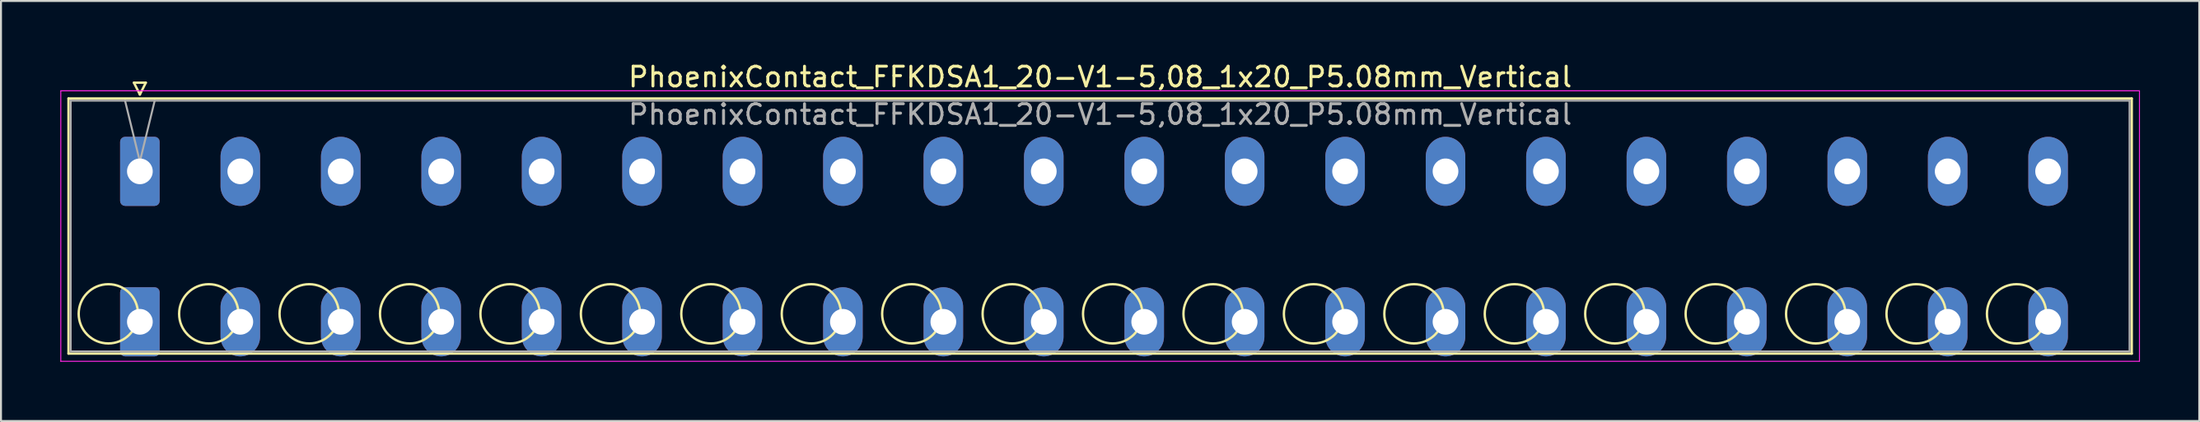
<source format=kicad_pcb>
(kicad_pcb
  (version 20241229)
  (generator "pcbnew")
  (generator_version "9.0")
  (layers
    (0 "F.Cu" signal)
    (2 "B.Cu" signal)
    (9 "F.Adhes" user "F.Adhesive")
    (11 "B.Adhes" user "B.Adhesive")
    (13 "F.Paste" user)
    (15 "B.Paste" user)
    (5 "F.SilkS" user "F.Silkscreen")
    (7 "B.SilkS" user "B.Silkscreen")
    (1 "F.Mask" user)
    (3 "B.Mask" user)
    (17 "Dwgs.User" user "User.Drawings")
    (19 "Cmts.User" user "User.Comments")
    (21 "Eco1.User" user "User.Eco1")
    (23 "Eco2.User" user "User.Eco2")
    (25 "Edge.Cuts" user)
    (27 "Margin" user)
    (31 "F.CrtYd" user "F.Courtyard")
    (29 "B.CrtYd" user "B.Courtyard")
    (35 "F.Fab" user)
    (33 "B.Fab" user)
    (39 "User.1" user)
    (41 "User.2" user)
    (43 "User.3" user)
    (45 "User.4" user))
  (footprint "PhoenixContact_FFKDSA1_20-V1-5,08_1x20_P5.08mm_Vertical"
    (layer "F.Cu")
    (at 4.025 5.628)
    (property "Reference" "PhoenixContact_FFKDSA1_20-V1-5,08_1x20_P5.08mm_Vertical" (at 48.57 -4.78 0) (layer "F.SilkS") (effects (font (size 1 1) (thickness 0.15))))
    (attr through_hole)
    (fp_line (start -3.61 -3.69) (end -3.61 9.23) (stroke (width 0.12) (type solid)) (layer "F.SilkS"))
    (fp_line (start -3.61 9.23) (end 100.75 9.23) (stroke (width 0.12) (type solid)) (layer "F.SilkS"))
    (fp_line (start -0.3 -4.49) (end 0.3 -4.49) (stroke (width 0.12) (type solid)) (layer "F.SilkS"))
    (fp_line (start 0 -3.89) (end -0.3 -4.49) (stroke (width 0.12) (type solid)) (layer "F.SilkS"))
    (fp_line (start 0.3 -4.49) (end 0 -3.89) (stroke (width 0.12) (type solid)) (layer "F.SilkS"))
    (fp_line (start 100.75 -3.69) (end -3.61 -3.69) (stroke (width 0.12) (type solid)) (layer "F.SilkS"))
    (fp_line (start 100.75 9.23) (end 100.75 -3.69) (stroke (width 0.12) (type solid)) (layer "F.SilkS"))
    (fp_circle (center -1.595 7.215) (end -0.095 7.215) (stroke (width 0.12) (type solid)) (fill no) (layer "F.SilkS"))
    (fp_circle (center 3.485 7.215) (end 4.985 7.215) (stroke (width 0.12) (type solid)) (fill no) (layer "F.SilkS"))
    (fp_circle (center 8.565 7.215) (end 10.065 7.215) (stroke (width 0.12) (type solid)) (fill no) (layer "F.SilkS"))
    (fp_circle (center 13.645 7.215) (end 15.145 7.215) (stroke (width 0.12) (type solid)) (fill no) (layer "F.SilkS"))
    (fp_circle (center 18.725 7.215) (end 20.225 7.215) (stroke (width 0.12) (type solid)) (fill no) (layer "F.SilkS"))
    (fp_circle (center 23.805 7.215) (end 25.305 7.215) (stroke (width 0.12) (type solid)) (fill no) (layer "F.SilkS"))
    (fp_circle (center 28.885 7.215) (end 30.385 7.215) (stroke (width 0.12) (type solid)) (fill no) (layer "F.SilkS"))
    (fp_circle (center 33.965 7.215) (end 35.465 7.215) (stroke (width 0.12) (type solid)) (fill no) (layer "F.SilkS"))
    (fp_circle (center 39.045 7.215) (end 40.545 7.215) (stroke (width 0.12) (type solid)) (fill no) (layer "F.SilkS"))
    (fp_circle (center 44.125 7.215) (end 45.625 7.215) (stroke (width 0.12) (type solid)) (fill no) (layer "F.SilkS"))
    (fp_circle (center 49.205 7.215) (end 50.705 7.215) (stroke (width 0.12) (type solid)) (fill no) (layer "F.SilkS"))
    (fp_circle (center 54.285 7.215) (end 55.785 7.215) (stroke (width 0.12) (type solid)) (fill no) (layer "F.SilkS"))
    (fp_circle (center 59.365 7.215) (end 60.865 7.215) (stroke (width 0.12) (type solid)) (fill no) (layer "F.SilkS"))
    (fp_circle (center 64.445 7.215) (end 65.945 7.215) (stroke (width 0.12) (type solid)) (fill no) (layer "F.SilkS"))
    (fp_circle (center 69.525 7.215) (end 71.025 7.215) (stroke (width 0.12) (type solid)) (fill no) (layer "F.SilkS"))
    (fp_circle (center 74.605 7.215) (end 76.105 7.215) (stroke (width 0.12) (type solid)) (fill no) (layer "F.SilkS"))
    (fp_circle (center 79.685 7.215) (end 81.185 7.215) (stroke (width 0.12) (type solid)) (fill no) (layer "F.SilkS"))
    (fp_circle (center 84.765 7.215) (end 86.265 7.215) (stroke (width 0.12) (type solid)) (fill no) (layer "F.SilkS"))
    (fp_circle (center 89.845 7.215) (end 91.345 7.215) (stroke (width 0.12) (type solid)) (fill no) (layer "F.SilkS"))
    (fp_circle (center 94.925 7.215) (end 96.425 7.215) (stroke (width 0.12) (type solid)) (fill no) (layer "F.SilkS"))
    (fp_line (start -4 -4.08) (end -4 9.62) (stroke (width 0.05) (type solid)) (layer "F.CrtYd"))
    (fp_line (start -4 9.62) (end 101.14 9.62) (stroke (width 0.05) (type solid)) (layer "F.CrtYd"))
    (fp_line (start 101.14 -4.08) (end -4 -4.08) (stroke (width 0.05) (type solid)) (layer "F.CrtYd"))
    (fp_line (start 101.14 9.62) (end 101.14 -4.08) (stroke (width 0.05) (type solid)) (layer "F.CrtYd"))
    (fp_line (start -3.5 -3.58) (end -3.5 9.12) (stroke (width 0.1) (type solid)) (layer "F.Fab"))
    (fp_line (start -3.5 9.12) (end 100.64 9.12) (stroke (width 0.1) (type solid)) (layer "F.Fab"))
    (fp_line (start 0 -0.5) (end -0.75 -3.58) (stroke (width 0.1) (type solid)) (layer "F.Fab"))
    (fp_line (start 0.75 -3.58) (end 0 -0.5) (stroke (width 0.1) (type solid)) (layer "F.Fab"))
    (fp_line (start 100.64 -3.58) (end -3.5 -3.58) (stroke (width 0.1) (type solid)) (layer "F.Fab"))
    (fp_line (start 100.64 9.12) (end 100.64 -3.58) (stroke (width 0.1) (type solid)) (layer "F.Fab"))
    (fp_text user "${REFERENCE}" (at 48.57 -2.88 0) (layer "F.Fab") (effects (font (size 1 1) (thickness 0.15))))
    (pad "1" thru_hole roundrect (at 0 0) (size 2 3.5) (drill 1.3) (layers "*.Cu" "*.Mask") (roundrect_rratio 0.125))
    (pad "1" thru_hole roundrect (at 0 7.62) (size 2 3.5) (drill 1.3) (layers "*.Cu" "*.Mask") (roundrect_rratio 0.125))
    (pad "2" thru_hole oval (at 5.08 0) (size 2 3.5) (drill 1.3) (layers "*.Cu" "*.Mask"))
    (pad "2" thru_hole oval (at 5.08 7.62) (size 2 3.5) (drill 1.3) (layers "*.Cu" "*.Mask"))
    (pad "3" thru_hole oval (at 10.16 0) (size 2 3.5) (drill 1.3) (layers "*.Cu" "*.Mask"))
    (pad "3" thru_hole oval (at 10.16 7.62) (size 2 3.5) (drill 1.3) (layers "*.Cu" "*.Mask"))
    (pad "4" thru_hole oval (at 15.24 0) (size 2 3.5) (drill 1.3) (layers "*.Cu" "*.Mask"))
    (pad "4" thru_hole oval (at 15.24 7.62) (size 2 3.5) (drill 1.3) (layers "*.Cu" "*.Mask"))
    (pad "5" thru_hole oval (at 20.32 0) (size 2 3.5) (drill 1.3) (layers "*.Cu" "*.Mask"))
    (pad "5" thru_hole oval (at 20.32 7.62) (size 2 3.5) (drill 1.3) (layers "*.Cu" "*.Mask"))
    (pad "6" thru_hole oval (at 25.4 0) (size 2 3.5) (drill 1.3) (layers "*.Cu" "*.Mask"))
    (pad "6" thru_hole oval (at 25.4 7.62) (size 2 3.5) (drill 1.3) (layers "*.Cu" "*.Mask"))
    (pad "7" thru_hole oval (at 30.48 0) (size 2 3.5) (drill 1.3) (layers "*.Cu" "*.Mask"))
    (pad "7" thru_hole oval (at 30.48 7.62) (size 2 3.5) (drill 1.3) (layers "*.Cu" "*.Mask"))
    (pad "8" thru_hole oval (at 35.56 0) (size 2 3.5) (drill 1.3) (layers "*.Cu" "*.Mask"))
    (pad "8" thru_hole oval (at 35.56 7.62) (size 2 3.5) (drill 1.3) (layers "*.Cu" "*.Mask"))
    (pad "9" thru_hole oval (at 40.64 0) (size 2 3.5) (drill 1.3) (layers "*.Cu" "*.Mask"))
    (pad "9" thru_hole oval (at 40.64 7.62) (size 2 3.5) (drill 1.3) (layers "*.Cu" "*.Mask"))
    (pad "10" thru_hole oval (at 45.72 0) (size 2 3.5) (drill 1.3) (layers "*.Cu" "*.Mask"))
    (pad "10" thru_hole oval (at 45.72 7.62) (size 2 3.5) (drill 1.3) (layers "*.Cu" "*.Mask"))
    (pad "11" thru_hole oval (at 50.8 0) (size 2 3.5) (drill 1.3) (layers "*.Cu" "*.Mask"))
    (pad "11" thru_hole oval (at 50.8 7.62) (size 2 3.5) (drill 1.3) (layers "*.Cu" "*.Mask"))
    (pad "12" thru_hole oval (at 55.88 0) (size 2 3.5) (drill 1.3) (layers "*.Cu" "*.Mask"))
    (pad "12" thru_hole oval (at 55.88 7.62) (size 2 3.5) (drill 1.3) (layers "*.Cu" "*.Mask"))
    (pad "13" thru_hole oval (at 60.96 0) (size 2 3.5) (drill 1.3) (layers "*.Cu" "*.Mask"))
    (pad "13" thru_hole oval (at 60.96 7.62) (size 2 3.5) (drill 1.3) (layers "*.Cu" "*.Mask"))
    (pad "14" thru_hole oval (at 66.04 0) (size 2 3.5) (drill 1.3) (layers "*.Cu" "*.Mask"))
    (pad "14" thru_hole oval (at 66.04 7.62) (size 2 3.5) (drill 1.3) (layers "*.Cu" "*.Mask"))
    (pad "15" thru_hole oval (at 71.12 0) (size 2 3.5) (drill 1.3) (layers "*.Cu" "*.Mask"))
    (pad "15" thru_hole oval (at 71.12 7.62) (size 2 3.5) (drill 1.3) (layers "*.Cu" "*.Mask"))
    (pad "16" thru_hole oval (at 76.2 0) (size 2 3.5) (drill 1.3) (layers "*.Cu" "*.Mask"))
    (pad "16" thru_hole oval (at 76.2 7.62) (size 2 3.5) (drill 1.3) (layers "*.Cu" "*.Mask"))
    (pad "17" thru_hole oval (at 81.28 0) (size 2 3.5) (drill 1.3) (layers "*.Cu" "*.Mask"))
    (pad "17" thru_hole oval (at 81.28 7.62) (size 2 3.5) (drill 1.3) (layers "*.Cu" "*.Mask"))
    (pad "18" thru_hole oval (at 86.36 0) (size 2 3.5) (drill 1.3) (layers "*.Cu" "*.Mask"))
    (pad "18" thru_hole oval (at 86.36 7.62) (size 2 3.5) (drill 1.3) (layers "*.Cu" "*.Mask"))
    (pad "19" thru_hole oval (at 91.44 0) (size 2 3.5) (drill 1.3) (layers "*.Cu" "*.Mask"))
    (pad "19" thru_hole oval (at 91.44 7.62) (size 2 3.5) (drill 1.3) (layers "*.Cu" "*.Mask"))
    (pad "20" thru_hole oval (at 96.52 0) (size 2 3.5) (drill 1.3) (layers "*.Cu" "*.Mask"))
    (pad "20" thru_hole oval (at 96.52 7.62) (size 2 3.5) (drill 1.3) (layers "*.Cu" "*.Mask")))
  (gr_rect
    (start -3 -3)
    (end 108.19 18.273)
    (stroke (width 0.1) (type default))
    (fill no)
    (layer "Edge.Cuts")))
</source>
